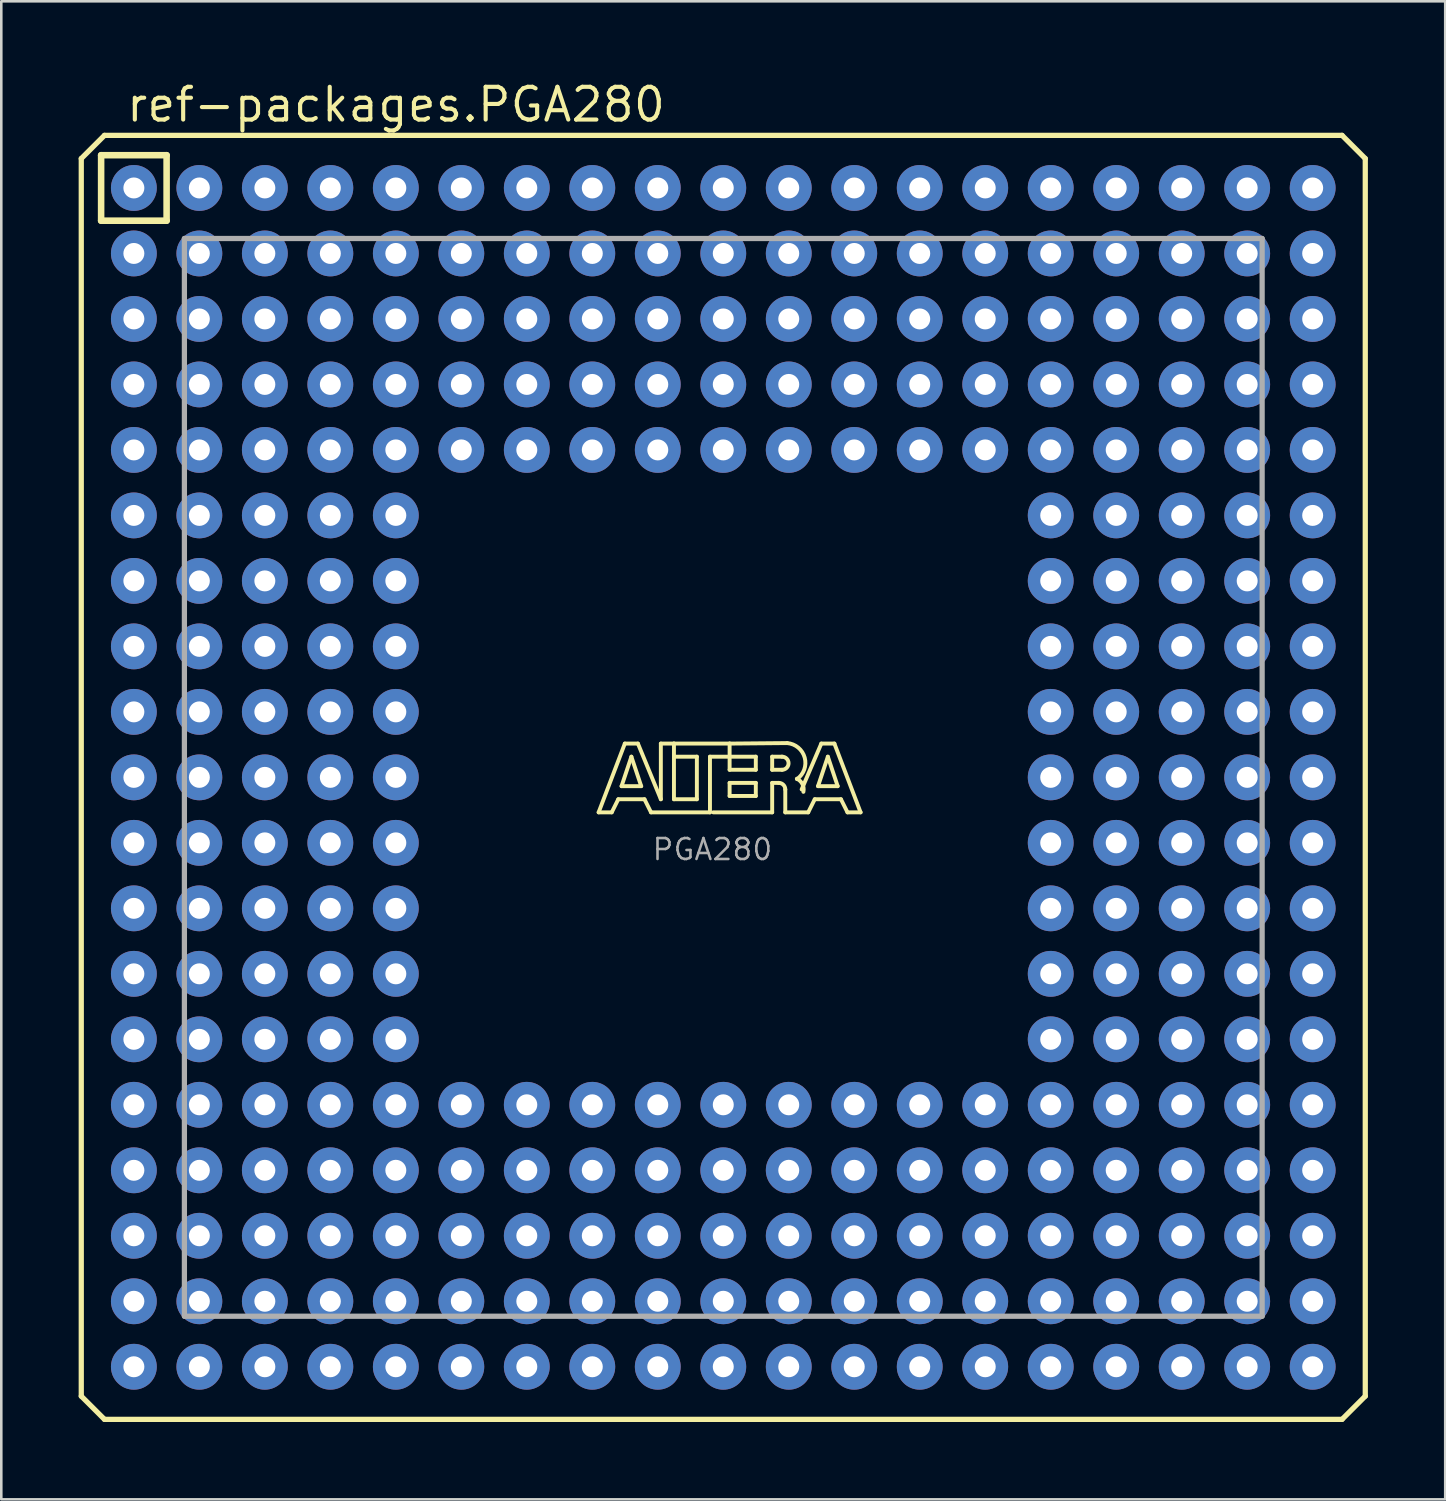
<source format=kicad_pcb>
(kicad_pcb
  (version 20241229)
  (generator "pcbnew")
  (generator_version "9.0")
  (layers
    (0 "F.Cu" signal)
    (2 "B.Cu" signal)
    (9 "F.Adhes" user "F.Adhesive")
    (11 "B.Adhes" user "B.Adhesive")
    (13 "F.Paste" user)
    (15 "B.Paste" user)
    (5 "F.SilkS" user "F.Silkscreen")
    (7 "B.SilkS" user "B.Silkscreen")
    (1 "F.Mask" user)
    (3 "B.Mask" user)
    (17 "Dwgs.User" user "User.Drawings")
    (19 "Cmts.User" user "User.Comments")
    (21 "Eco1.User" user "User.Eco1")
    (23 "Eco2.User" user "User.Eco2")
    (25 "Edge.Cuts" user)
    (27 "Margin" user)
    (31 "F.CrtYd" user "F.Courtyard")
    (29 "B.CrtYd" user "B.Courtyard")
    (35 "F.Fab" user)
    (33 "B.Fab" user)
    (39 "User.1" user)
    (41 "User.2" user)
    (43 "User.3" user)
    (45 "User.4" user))
  (footprint "ref-packages.PGA280"
    (layer "F.Cu")
    (at 25.002 27.1)
    (property "Reference" "ref-packages.PGA280" (at -23.23 -25.35 0) (layer "F.SilkS") (effects (font (size 1.27 1.27) (thickness 0.16)) (justify left bottom)))
    (attr through_hole)
    (fp_line (start -24.9 -24) (end -24 -24.9) (stroke (width 0.203) (type default)) (layer "F.SilkS"))
    (fp_line (start -24.9 24) (end -24.9 -24) (stroke (width 0.203) (type default)) (layer "F.SilkS"))
    (fp_line (start -24.13 -24.13) (end -24.13 -21.59) (stroke (width 0.254) (type default)) (layer "F.SilkS"))
    (fp_line (start -24.13 -21.59) (end -21.59 -21.59) (stroke (width 0.254) (type default)) (layer "F.SilkS"))
    (fp_line (start -24 -24.9) (end 24 -24.9) (stroke (width 0.203) (type default)) (layer "F.SilkS"))
    (fp_line (start -24 24.9) (end -24.9 24) (stroke (width 0.203) (type default)) (layer "F.SilkS"))
    (fp_line (start -21.59 -24.13) (end -24.13 -24.13) (stroke (width 0.254) (type default)) (layer "F.SilkS"))
    (fp_line (start -21.59 -21.59) (end -21.59 -24.13) (stroke (width 0.254) (type default)) (layer "F.SilkS"))
    (fp_line (start -4.834 1.357) (end -3.818 -1.31) (stroke (width 0.152) (type default)) (layer "F.SilkS"))
    (fp_line (start -4.326 1.357) (end -4.834 1.357) (stroke (width 0.152) (type default)) (layer "F.SilkS"))
    (fp_line (start -4.072 0.849) (end -4.326 1.357) (stroke (width 0.152) (type default)) (layer "F.SilkS"))
    (fp_line (start -3.945 0.341) (end -3.183 0.341) (stroke (width 0.152) (type default)) (layer "F.SilkS"))
    (fp_line (start -3.818 -1.31) (end -3.31 -1.31) (stroke (width 0.152) (type default)) (layer "F.SilkS"))
    (fp_line (start -3.564 -0.802) (end -3.945 0.341) (stroke (width 0.152) (type default)) (layer "F.SilkS"))
    (fp_line (start -3.31 -1.31) (end -2.421 0.849) (stroke (width 0.152) (type default)) (layer "F.SilkS"))
    (fp_line (start -3.183 0.341) (end -3.564 -0.802) (stroke (width 0.152) (type default)) (layer "F.SilkS"))
    (fp_line (start -3.056 0.849) (end -4.072 0.849) (stroke (width 0.152) (type default)) (layer "F.SilkS"))
    (fp_line (start -2.802 1.357) (end -3.056 0.849) (stroke (width 0.152) (type default)) (layer "F.SilkS"))
    (fp_line (start -2.421 -1.31) (end -1.913 -1.31) (stroke (width 0.152) (type default)) (layer "F.SilkS"))
    (fp_line (start -2.421 0.849) (end -2.421 -1.31) (stroke (width 0.152) (type default)) (layer "F.SilkS"))
    (fp_line (start -1.913 -1.31) (end -1.913 -0.802) (stroke (width 0.152) (type default)) (layer "F.SilkS"))
    (fp_line (start -1.913 -1.31) (end 0.246 -1.31) (stroke (width 0.152) (type default)) (layer "F.SilkS"))
    (fp_line (start -1.913 -0.802) (end -1.913 0.849) (stroke (width 0.152) (type default)) (layer "F.SilkS"))
    (fp_line (start -1.913 0.849) (end -1.024 0.849) (stroke (width 0.152) (type default)) (layer "F.SilkS"))
    (fp_line (start -1.024 -0.802) (end -1.913 -0.802) (stroke (width 0.152) (type default)) (layer "F.SilkS"))
    (fp_line (start -1.024 0.849) (end -1.024 -0.802) (stroke (width 0.152) (type default)) (layer "F.SilkS"))
    (fp_line (start -0.516 -0.802) (end -0.516 1.357) (stroke (width 0.152) (type default)) (layer "F.SilkS"))
    (fp_line (start -0.516 1.357) (end -2.802 1.357) (stroke (width 0.152) (type default)) (layer "F.SilkS"))
    (fp_line (start 0.246 -1.31) (end 0.246 -0.802) (stroke (width 0.152) (type default)) (layer "F.SilkS"))
    (fp_line (start 0.246 -1.31) (end 2.478 -1.33) (stroke (width 0.152) (type default)) (layer "F.SilkS"))
    (fp_line (start 0.246 -0.802) (end -0.516 -0.802) (stroke (width 0.152) (type default)) (layer "F.SilkS"))
    (fp_line (start 0.246 -0.802) (end 0.246 -0.294) (stroke (width 0.152) (type default)) (layer "F.SilkS"))
    (fp_line (start 0.246 -0.294) (end 1.262 -0.294) (stroke (width 0.152) (type default)) (layer "F.SilkS"))
    (fp_line (start 0.246 0.214) (end 1.262 0.214) (stroke (width 0.152) (type default)) (layer "F.SilkS"))
    (fp_line (start 0.246 0.722) (end 0.246 0.214) (stroke (width 0.152) (type default)) (layer "F.SilkS"))
    (fp_line (start 1.262 -0.802) (end 0.246 -0.802) (stroke (width 0.152) (type default)) (layer "F.SilkS"))
    (fp_line (start 1.262 -0.294) (end 1.262 -0.802) (stroke (width 0.152) (type default)) (layer "F.SilkS"))
    (fp_line (start 1.262 0.214) (end 1.262 0.722) (stroke (width 0.152) (type default)) (layer "F.SilkS"))
    (fp_line (start 1.262 0.722) (end 0.246 0.722) (stroke (width 0.152) (type default)) (layer "F.SilkS"))
    (fp_line (start 1.897 -0.802) (end 1.897 -0.294) (stroke (width 0.152) (type default)) (layer "F.SilkS"))
    (fp_line (start 1.897 -0.294) (end 2.278 -0.294) (stroke (width 0.152) (type default)) (layer "F.SilkS"))
    (fp_line (start 1.897 0.214) (end 1.897 1.357) (stroke (width 0.152) (type default)) (layer "F.SilkS"))
    (fp_line (start 1.897 0.214) (end 2.151 0.214) (stroke (width 0.152) (type default)) (layer "F.SilkS"))
    (fp_line (start 1.897 1.357) (end -0.389 1.357) (stroke (width 0.152) (type default)) (layer "F.SilkS"))
    (fp_line (start 2.278 -0.802) (end 1.897 -0.802) (stroke (width 0.152) (type default)) (layer "F.SilkS"))
    (fp_line (start 2.405 0.468) (end 2.405 1.357) (stroke (width 0.152) (type default)) (layer "F.SilkS"))
    (fp_line (start 2.405 1.357) (end 3.294 1.357) (stroke (width 0.152) (type default)) (layer "F.SilkS"))
    (fp_line (start 3.294 1.357) (end 3.548 0.849) (stroke (width 0.152) (type default)) (layer "F.SilkS"))
    (fp_line (start 3.548 0.849) (end 4.564 0.849) (stroke (width 0.152) (type default)) (layer "F.SilkS"))
    (fp_line (start 3.675 0.341) (end 4.056 -0.802) (stroke (width 0.152) (type default)) (layer "F.SilkS"))
    (fp_line (start 3.802 -1.31) (end 3.04 0.468) (stroke (width 0.152) (type default)) (layer "F.SilkS"))
    (fp_line (start 4.056 -0.802) (end 4.437 0.341) (stroke (width 0.152) (type default)) (layer "F.SilkS"))
    (fp_line (start 4.31 -1.31) (end 3.802 -1.31) (stroke (width 0.152) (type default)) (layer "F.SilkS"))
    (fp_line (start 4.437 0.341) (end 3.675 0.341) (stroke (width 0.152) (type default)) (layer "F.SilkS"))
    (fp_line (start 4.564 0.849) (end 4.818 1.357) (stroke (width 0.152) (type default)) (layer "F.SilkS"))
    (fp_line (start 4.818 1.357) (end 5.326 1.357) (stroke (width 0.152) (type default)) (layer "F.SilkS"))
    (fp_line (start 5.326 1.357) (end 4.31 -1.31) (stroke (width 0.152) (type default)) (layer "F.SilkS"))
    (fp_line (start 24 -24.9) (end 24.9 -24) (stroke (width 0.203) (type default)) (layer "F.SilkS"))
    (fp_line (start 24 24.9) (end -24 24.9) (stroke (width 0.203) (type default)) (layer "F.SilkS"))
    (fp_line (start 24.9 -24) (end 24.9 24) (stroke (width 0.203) (type default)) (layer "F.SilkS"))
    (fp_line (start 24.9 24) (end 24 24.9) (stroke (width 0.203) (type default)) (layer "F.SilkS"))
    (fp_arc (start 2.151 0.214) (mid 2.330605 0.288395) (end 2.405 0.468) (stroke (width 0.1524) (type default)) (layer "F.SilkS"))
    (fp_arc (start 2.278 -0.802) (mid 2.532 -0.548) (end 2.278 -0.294) (stroke (width 0.1524) (type default)) (layer "F.SilkS"))
    (fp_arc (start 2.4785 -1.33) (mid 3.158453 -0.76477) (end 2.8596 0.0674) (stroke (width 0.1524) (type default)) (layer "F.SilkS"))
    (fp_arc (start 2.8543 0.0531) (mid 3.070281 0.262587) (end 3.108 0.5611) (stroke (width 0.1524) (type default)) (layer "F.SilkS"))
    (fp_line (start -20.9 -20.9) (end 20.9 -20.9) (stroke (width 0.203) (type default)) (layer "F.Fab"))
    (fp_line (start -20.9 20.9) (end -20.9 -20.9) (stroke (width 0.203) (type default)) (layer "F.Fab"))
    (fp_line (start 20.9 -20.9) (end 20.9 20.9) (stroke (width 0.203) (type default)) (layer "F.Fab"))
    (fp_line (start 20.9 20.9) (end -20.9 20.9) (stroke (width 0.203) (type default)) (layer "F.Fab"))
    (fp_text user "PGA280" (at -2.81 3.27 0) (layer "F.Fab") (effects (font (size 0.813 0.813) (thickness 0.1)) (justify left bottom)))
    (pad "A1" thru_hole circle (at -22.86 -22.86) (size 1.778 1.778) (drill 0.813) (layers "*.Cu" "*.Mask"))
    (pad "A2" thru_hole circle (at -20.32 -22.86) (size 1.778 1.778) (drill 0.813) (layers "*.Cu" "*.Mask"))
    (pad "A3" thru_hole circle (at -17.78 -22.86) (size 1.778 1.778) (drill 0.813) (layers "*.Cu" "*.Mask"))
    (pad "A4" thru_hole circle (at -15.24 -22.86) (size 1.778 1.778) (drill 0.813) (layers "*.Cu" "*.Mask"))
    (pad "A5" thru_hole circle (at -12.7 -22.86) (size 1.778 1.778) (drill 0.813) (layers "*.Cu" "*.Mask"))
    (pad "A6" thru_hole circle (at -10.16 -22.86) (size 1.778 1.778) (drill 0.813) (layers "*.Cu" "*.Mask"))
    (pad "A7" thru_hole circle (at -7.62 -22.86) (size 1.778 1.778) (drill 0.813) (layers "*.Cu" "*.Mask"))
    (pad "A8" thru_hole circle (at -5.08 -22.86) (size 1.778 1.778) (drill 0.813) (layers "*.Cu" "*.Mask"))
    (pad "A9" thru_hole circle (at -2.54 -22.86) (size 1.778 1.778) (drill 0.813) (layers "*.Cu" "*.Mask"))
    (pad "A10" thru_hole circle (at 0 -22.86) (size 1.778 1.778) (drill 0.813) (layers "*.Cu" "*.Mask"))
    (pad "A11" thru_hole circle (at 2.54 -22.86) (size 1.778 1.778) (drill 0.813) (layers "*.Cu" "*.Mask"))
    (pad "A12" thru_hole circle (at 5.08 -22.86) (size 1.778 1.778) (drill 0.813) (layers "*.Cu" "*.Mask"))
    (pad "A13" thru_hole circle (at 7.62 -22.86) (size 1.778 1.778) (drill 0.813) (layers "*.Cu" "*.Mask"))
    (pad "A14" thru_hole circle (at 10.16 -22.86) (size 1.778 1.778) (drill 0.813) (layers "*.Cu" "*.Mask"))
    (pad "A15" thru_hole circle (at 12.7 -22.86) (size 1.778 1.778) (drill 0.813) (layers "*.Cu" "*.Mask"))
    (pad "A16" thru_hole circle (at 15.24 -22.86) (size 1.778 1.778) (drill 0.813) (layers "*.Cu" "*.Mask"))
    (pad "A17" thru_hole circle (at 17.78 -22.86) (size 1.778 1.778) (drill 0.813) (layers "*.Cu" "*.Mask"))
    (pad "A18" thru_hole circle (at 20.32 -22.86) (size 1.778 1.778) (drill 0.813) (layers "*.Cu" "*.Mask"))
    (pad "A19" thru_hole circle (at 22.86 -22.86) (size 1.778 1.778) (drill 0.813) (layers "*.Cu" "*.Mask"))
    (pad "B1" thru_hole circle (at -22.86 -20.32) (size 1.778 1.778) (drill 0.813) (layers "*.Cu" "*.Mask"))
    (pad "B2" thru_hole circle (at -20.32 -20.32) (size 1.778 1.778) (drill 0.813) (layers "*.Cu" "*.Mask"))
    (pad "B3" thru_hole circle (at -17.78 -20.32) (size 1.778 1.778) (drill 0.813) (layers "*.Cu" "*.Mask"))
    (pad "B4" thru_hole circle (at -15.24 -20.32) (size 1.778 1.778) (drill 0.813) (layers "*.Cu" "*.Mask"))
    (pad "B5" thru_hole circle (at -12.7 -20.32) (size 1.778 1.778) (drill 0.813) (layers "*.Cu" "*.Mask"))
    (pad "B6" thru_hole circle (at -10.16 -20.32) (size 1.778 1.778) (drill 0.813) (layers "*.Cu" "*.Mask"))
    (pad "B7" thru_hole circle (at -7.62 -20.32) (size 1.778 1.778) (drill 0.813) (layers "*.Cu" "*.Mask"))
    (pad "B8" thru_hole circle (at -5.08 -20.32) (size 1.778 1.778) (drill 0.813) (layers "*.Cu" "*.Mask"))
    (pad "B9" thru_hole circle (at -2.54 -20.32) (size 1.778 1.778) (drill 0.813) (layers "*.Cu" "*.Mask"))
    (pad "B10" thru_hole circle (at 0 -20.32) (size 1.778 1.778) (drill 0.813) (layers "*.Cu" "*.Mask"))
    (pad "B11" thru_hole circle (at 2.54 -20.32) (size 1.778 1.778) (drill 0.813) (layers "*.Cu" "*.Mask"))
    (pad "B12" thru_hole circle (at 5.08 -20.32) (size 1.778 1.778) (drill 0.813) (layers "*.Cu" "*.Mask"))
    (pad "B13" thru_hole circle (at 7.62 -20.32) (size 1.778 1.778) (drill 0.813) (layers "*.Cu" "*.Mask"))
    (pad "B14" thru_hole circle (at 10.16 -20.32) (size 1.778 1.778) (drill 0.813) (layers "*.Cu" "*.Mask"))
    (pad "B15" thru_hole circle (at 12.7 -20.32) (size 1.778 1.778) (drill 0.813) (layers "*.Cu" "*.Mask"))
    (pad "B16" thru_hole circle (at 15.24 -20.32) (size 1.778 1.778) (drill 0.813) (layers "*.Cu" "*.Mask"))
    (pad "B17" thru_hole circle (at 17.78 -20.32) (size 1.778 1.778) (drill 0.813) (layers "*.Cu" "*.Mask"))
    (pad "B18" thru_hole circle (at 20.32 -20.32) (size 1.778 1.778) (drill 0.813) (layers "*.Cu" "*.Mask"))
    (pad "B19" thru_hole circle (at 22.86 -20.32) (size 1.778 1.778) (drill 0.813) (layers "*.Cu" "*.Mask"))
    (pad "C1" thru_hole circle (at -22.86 -17.78) (size 1.778 1.778) (drill 0.813) (layers "*.Cu" "*.Mask"))
    (pad "C2" thru_hole circle (at -20.32 -17.78) (size 1.778 1.778) (drill 0.813) (layers "*.Cu" "*.Mask"))
    (pad "C3" thru_hole circle (at -17.78 -17.78) (size 1.778 1.778) (drill 0.813) (layers "*.Cu" "*.Mask"))
    (pad "C4" thru_hole circle (at -15.24 -17.78) (size 1.778 1.778) (drill 0.813) (layers "*.Cu" "*.Mask"))
    (pad "C5" thru_hole circle (at -12.7 -17.78) (size 1.778 1.778) (drill 0.813) (layers "*.Cu" "*.Mask"))
    (pad "C6" thru_hole circle (at -10.16 -17.78) (size 1.778 1.778) (drill 0.813) (layers "*.Cu" "*.Mask"))
    (pad "C7" thru_hole circle (at -7.62 -17.78) (size 1.778 1.778) (drill 0.813) (layers "*.Cu" "*.Mask"))
    (pad "C8" thru_hole circle (at -5.08 -17.78) (size 1.778 1.778) (drill 0.813) (layers "*.Cu" "*.Mask"))
    (pad "C9" thru_hole circle (at -2.54 -17.78) (size 1.778 1.778) (drill 0.813) (layers "*.Cu" "*.Mask"))
    (pad "C10" thru_hole circle (at 0 -17.78) (size 1.778 1.778) (drill 0.813) (layers "*.Cu" "*.Mask"))
    (pad "C11" thru_hole circle (at 2.54 -17.78) (size 1.778 1.778) (drill 0.813) (layers "*.Cu" "*.Mask"))
    (pad "C12" thru_hole circle (at 5.08 -17.78) (size 1.778 1.778) (drill 0.813) (layers "*.Cu" "*.Mask"))
    (pad "C13" thru_hole circle (at 7.62 -17.78) (size 1.778 1.778) (drill 0.813) (layers "*.Cu" "*.Mask"))
    (pad "C14" thru_hole circle (at 10.16 -17.78) (size 1.778 1.778) (drill 0.813) (layers "*.Cu" "*.Mask"))
    (pad "C15" thru_hole circle (at 12.7 -17.78) (size 1.778 1.778) (drill 0.813) (layers "*.Cu" "*.Mask"))
    (pad "C16" thru_hole circle (at 15.24 -17.78) (size 1.778 1.778) (drill 0.813) (layers "*.Cu" "*.Mask"))
    (pad "C17" thru_hole circle (at 17.78 -17.78) (size 1.778 1.778) (drill 0.813) (layers "*.Cu" "*.Mask"))
    (pad "C18" thru_hole circle (at 20.32 -17.78) (size 1.778 1.778) (drill 0.813) (layers "*.Cu" "*.Mask"))
    (pad "C19" thru_hole circle (at 22.86 -17.78) (size 1.778 1.778) (drill 0.813) (layers "*.Cu" "*.Mask"))
    (pad "D1" thru_hole circle (at -22.86 -15.24) (size 1.778 1.778) (drill 0.813) (layers "*.Cu" "*.Mask"))
    (pad "D2" thru_hole circle (at -20.32 -15.24) (size 1.778 1.778) (drill 0.813) (layers "*.Cu" "*.Mask"))
    (pad "D3" thru_hole circle (at -17.78 -15.24) (size 1.778 1.778) (drill 0.813) (layers "*.Cu" "*.Mask"))
    (pad "D4" thru_hole circle (at -15.24 -15.24) (size 1.778 1.778) (drill 0.813) (layers "*.Cu" "*.Mask"))
    (pad "D5" thru_hole circle (at -12.7 -15.24) (size 1.778 1.778) (drill 0.813) (layers "*.Cu" "*.Mask"))
    (pad "D6" thru_hole circle (at -10.16 -15.24) (size 1.778 1.778) (drill 0.813) (layers "*.Cu" "*.Mask"))
    (pad "D7" thru_hole circle (at -7.62 -15.24) (size 1.778 1.778) (drill 0.813) (layers "*.Cu" "*.Mask"))
    (pad "D8" thru_hole circle (at -5.08 -15.24) (size 1.778 1.778) (drill 0.813) (layers "*.Cu" "*.Mask"))
    (pad "D9" thru_hole circle (at -2.54 -15.24) (size 1.778 1.778) (drill 0.813) (layers "*.Cu" "*.Mask"))
    (pad "D10" thru_hole circle (at 0 -15.24) (size 1.778 1.778) (drill 0.813) (layers "*.Cu" "*.Mask"))
    (pad "D11" thru_hole circle (at 2.54 -15.24) (size 1.778 1.778) (drill 0.813) (layers "*.Cu" "*.Mask"))
    (pad "D12" thru_hole circle (at 5.08 -15.24) (size 1.778 1.778) (drill 0.813) (layers "*.Cu" "*.Mask"))
    (pad "D13" thru_hole circle (at 7.62 -15.24) (size 1.778 1.778) (drill 0.813) (layers "*.Cu" "*.Mask"))
    (pad "D14" thru_hole circle (at 10.16 -15.24) (size 1.778 1.778) (drill 0.813) (layers "*.Cu" "*.Mask"))
    (pad "D15" thru_hole circle (at 12.7 -15.24) (size 1.778 1.778) (drill 0.813) (layers "*.Cu" "*.Mask"))
    (pad "D16" thru_hole circle (at 15.24 -15.24) (size 1.778 1.778) (drill 0.813) (layers "*.Cu" "*.Mask"))
    (pad "D17" thru_hole circle (at 17.78 -15.24) (size 1.778 1.778) (drill 0.813) (layers "*.Cu" "*.Mask"))
    (pad "D18" thru_hole circle (at 20.32 -15.24) (size 1.778 1.778) (drill 0.813) (layers "*.Cu" "*.Mask"))
    (pad "D19" thru_hole circle (at 22.86 -15.24) (size 1.778 1.778) (drill 0.813) (layers "*.Cu" "*.Mask"))
    (pad "E1" thru_hole circle (at -22.86 -12.7) (size 1.778 1.778) (drill 0.813) (layers "*.Cu" "*.Mask"))
    (pad "E2" thru_hole circle (at -20.32 -12.7) (size 1.778 1.778) (drill 0.813) (layers "*.Cu" "*.Mask"))
    (pad "E3" thru_hole circle (at -17.78 -12.7) (size 1.778 1.778) (drill 0.813) (layers "*.Cu" "*.Mask"))
    (pad "E4" thru_hole circle (at -15.24 -12.7) (size 1.778 1.778) (drill 0.813) (layers "*.Cu" "*.Mask"))
    (pad "E5" thru_hole circle (at -12.7 -12.7) (size 1.778 1.778) (drill 0.813) (layers "*.Cu" "*.Mask"))
    (pad "E6" thru_hole circle (at -10.16 -12.7) (size 1.778 1.778) (drill 0.813) (layers "*.Cu" "*.Mask"))
    (pad "E7" thru_hole circle (at -7.62 -12.7) (size 1.778 1.778) (drill 0.813) (layers "*.Cu" "*.Mask"))
    (pad "E8" thru_hole circle (at -5.08 -12.7) (size 1.778 1.778) (drill 0.813) (layers "*.Cu" "*.Mask"))
    (pad "E9" thru_hole circle (at -2.54 -12.7) (size 1.778 1.778) (drill 0.813) (layers "*.Cu" "*.Mask"))
    (pad "E10" thru_hole circle (at 0 -12.7) (size 1.778 1.778) (drill 0.813) (layers "*.Cu" "*.Mask"))
    (pad "E11" thru_hole circle (at 2.54 -12.7) (size 1.778 1.778) (drill 0.813) (layers "*.Cu" "*.Mask"))
    (pad "E12" thru_hole circle (at 5.08 -12.7) (size 1.778 1.778) (drill 0.813) (layers "*.Cu" "*.Mask"))
    (pad "E13" thru_hole circle (at 7.62 -12.7) (size 1.778 1.778) (drill 0.813) (layers "*.Cu" "*.Mask"))
    (pad "E14" thru_hole circle (at 10.16 -12.7) (size 1.778 1.778) (drill 0.813) (layers "*.Cu" "*.Mask"))
    (pad "E15" thru_hole circle (at 12.7 -12.7) (size 1.778 1.778) (drill 0.813) (layers "*.Cu" "*.Mask"))
    (pad "E16" thru_hole circle (at 15.24 -12.7) (size 1.778 1.778) (drill 0.813) (layers "*.Cu" "*.Mask"))
    (pad "E17" thru_hole circle (at 17.78 -12.7) (size 1.778 1.778) (drill 0.813) (layers "*.Cu" "*.Mask"))
    (pad "E18" thru_hole circle (at 20.32 -12.7) (size 1.778 1.778) (drill 0.813) (layers "*.Cu" "*.Mask"))
    (pad "E19" thru_hole circle (at 22.86 -12.7) (size 1.778 1.778) (drill 0.813) (layers "*.Cu" "*.Mask"))
    (pad "F1" thru_hole circle (at -22.86 -10.16) (size 1.778 1.778) (drill 0.813) (layers "*.Cu" "*.Mask"))
    (pad "F2" thru_hole circle (at -20.32 -10.16) (size 1.778 1.778) (drill 0.813) (layers "*.Cu" "*.Mask"))
    (pad "F3" thru_hole circle (at -17.78 -10.16) (size 1.778 1.778) (drill 0.813) (layers "*.Cu" "*.Mask"))
    (pad "F4" thru_hole circle (at -15.24 -10.16) (size 1.778 1.778) (drill 0.813) (layers "*.Cu" "*.Mask"))
    (pad "F5" thru_hole circle (at -12.7 -10.16) (size 1.778 1.778) (drill 0.813) (layers "*.Cu" "*.Mask"))
    (pad "F15" thru_hole circle (at 12.7 -10.16) (size 1.778 1.778) (drill 0.813) (layers "*.Cu" "*.Mask"))
    (pad "F16" thru_hole circle (at 15.24 -10.16) (size 1.778 1.778) (drill 0.813) (layers "*.Cu" "*.Mask"))
    (pad "F17" thru_hole circle (at 17.78 -10.16) (size 1.778 1.778) (drill 0.813) (layers "*.Cu" "*.Mask"))
    (pad "F18" thru_hole circle (at 20.32 -10.16) (size 1.778 1.778) (drill 0.813) (layers "*.Cu" "*.Mask"))
    (pad "F19" thru_hole circle (at 22.86 -10.16) (size 1.778 1.778) (drill 0.813) (layers "*.Cu" "*.Mask"))
    (pad "G1" thru_hole circle (at -22.86 -7.62) (size 1.778 1.778) (drill 0.813) (layers "*.Cu" "*.Mask"))
    (pad "G2" thru_hole circle (at -20.32 -7.62) (size 1.778 1.778) (drill 0.813) (layers "*.Cu" "*.Mask"))
    (pad "G3" thru_hole circle (at -17.78 -7.62) (size 1.778 1.778) (drill 0.813) (layers "*.Cu" "*.Mask"))
    (pad "G4" thru_hole circle (at -15.24 -7.62) (size 1.778 1.778) (drill 0.813) (layers "*.Cu" "*.Mask"))
    (pad "G5" thru_hole circle (at -12.7 -7.62) (size 1.778 1.778) (drill 0.813) (layers "*.Cu" "*.Mask"))
    (pad "G15" thru_hole circle (at 12.7 -7.62) (size 1.778 1.778) (drill 0.813) (layers "*.Cu" "*.Mask"))
    (pad "G16" thru_hole circle (at 15.24 -7.62) (size 1.778 1.778) (drill 0.813) (layers "*.Cu" "*.Mask"))
    (pad "G17" thru_hole circle (at 17.78 -7.62) (size 1.778 1.778) (drill 0.813) (layers "*.Cu" "*.Mask"))
    (pad "G18" thru_hole circle (at 20.32 -7.62) (size 1.778 1.778) (drill 0.813) (layers "*.Cu" "*.Mask"))
    (pad "G19" thru_hole circle (at 22.86 -7.62) (size 1.778 1.778) (drill 0.813) (layers "*.Cu" "*.Mask"))
    (pad "H1" thru_hole circle (at -22.86 -5.08) (size 1.778 1.778) (drill 0.813) (layers "*.Cu" "*.Mask"))
    (pad "H2" thru_hole circle (at -20.32 -5.08) (size 1.778 1.778) (drill 0.813) (layers "*.Cu" "*.Mask"))
    (pad "H3" thru_hole circle (at -17.78 -5.08) (size 1.778 1.778) (drill 0.813) (layers "*.Cu" "*.Mask"))
    (pad "H4" thru_hole circle (at -15.24 -5.08) (size 1.778 1.778) (drill 0.813) (layers "*.Cu" "*.Mask"))
    (pad "H5" thru_hole circle (at -12.7 -5.08) (size 1.778 1.778) (drill 0.813) (layers "*.Cu" "*.Mask"))
    (pad "H15" thru_hole circle (at 12.7 -5.08) (size 1.778 1.778) (drill 0.813) (layers "*.Cu" "*.Mask"))
    (pad "H16" thru_hole circle (at 15.24 -5.08) (size 1.778 1.778) (drill 0.813) (layers "*.Cu" "*.Mask"))
    (pad "H17" thru_hole circle (at 17.78 -5.08) (size 1.778 1.778) (drill 0.813) (layers "*.Cu" "*.Mask"))
    (pad "H18" thru_hole circle (at 20.32 -5.08) (size 1.778 1.778) (drill 0.813) (layers "*.Cu" "*.Mask"))
    (pad "H19" thru_hole circle (at 22.86 -5.08) (size 1.778 1.778) (drill 0.813) (layers "*.Cu" "*.Mask"))
    (pad "J1" thru_hole circle (at -22.86 -2.54) (size 1.778 1.778) (drill 0.813) (layers "*.Cu" "*.Mask"))
    (pad "J2" thru_hole circle (at -20.32 -2.54) (size 1.778 1.778) (drill 0.813) (layers "*.Cu" "*.Mask"))
    (pad "J3" thru_hole circle (at -17.78 -2.54) (size 1.778 1.778) (drill 0.813) (layers "*.Cu" "*.Mask"))
    (pad "J4" thru_hole circle (at -15.24 -2.54) (size 1.778 1.778) (drill 0.813) (layers "*.Cu" "*.Mask"))
    (pad "J5" thru_hole circle (at -12.7 -2.54) (size 1.778 1.778) (drill 0.813) (layers "*.Cu" "*.Mask"))
    (pad "J15" thru_hole circle (at 12.7 -2.54) (size 1.778 1.778) (drill 0.813) (layers "*.Cu" "*.Mask"))
    (pad "J16" thru_hole circle (at 15.24 -2.54) (size 1.778 1.778) (drill 0.813) (layers "*.Cu" "*.Mask"))
    (pad "J17" thru_hole circle (at 17.78 -2.54) (size 1.778 1.778) (drill 0.813) (layers "*.Cu" "*.Mask"))
    (pad "J18" thru_hole circle (at 20.32 -2.54) (size 1.778 1.778) (drill 0.813) (layers "*.Cu" "*.Mask"))
    (pad "J19" thru_hole circle (at 22.86 -2.54) (size 1.778 1.778) (drill 0.813) (layers "*.Cu" "*.Mask"))
    (pad "K1" thru_hole circle (at -22.86 0) (size 1.778 1.778) (drill 0.813) (layers "*.Cu" "*.Mask"))
    (pad "K2" thru_hole circle (at -20.32 0) (size 1.778 1.778) (drill 0.813) (layers "*.Cu" "*.Mask"))
    (pad "K3" thru_hole circle (at -17.78 0) (size 1.778 1.778) (drill 0.813) (layers "*.Cu" "*.Mask"))
    (pad "K4" thru_hole circle (at -15.24 0) (size 1.778 1.778) (drill 0.813) (layers "*.Cu" "*.Mask"))
    (pad "K5" thru_hole circle (at -12.7 0) (size 1.778 1.778) (drill 0.813) (layers "*.Cu" "*.Mask"))
    (pad "K15" thru_hole circle (at 12.7 0) (size 1.778 1.778) (drill 0.813) (layers "*.Cu" "*.Mask"))
    (pad "K16" thru_hole circle (at 15.24 0) (size 1.778 1.778) (drill 0.813) (layers "*.Cu" "*.Mask"))
    (pad "K17" thru_hole circle (at 17.78 0) (size 1.778 1.778) (drill 0.813) (layers "*.Cu" "*.Mask"))
    (pad "K18" thru_hole circle (at 20.32 0) (size 1.778 1.778) (drill 0.813) (layers "*.Cu" "*.Mask"))
    (pad "K19" thru_hole circle (at 22.86 0) (size 1.778 1.778) (drill 0.813) (layers "*.Cu" "*.Mask"))
    (pad "L1" thru_hole circle (at -22.86 2.54) (size 1.778 1.778) (drill 0.813) (layers "*.Cu" "*.Mask"))
    (pad "L2" thru_hole circle (at -20.32 2.54) (size 1.778 1.778) (drill 0.813) (layers "*.Cu" "*.Mask"))
    (pad "L3" thru_hole circle (at -17.78 2.54) (size 1.778 1.778) (drill 0.813) (layers "*.Cu" "*.Mask"))
    (pad "L4" thru_hole circle (at -15.24 2.54) (size 1.778 1.778) (drill 0.813) (layers "*.Cu" "*.Mask"))
    (pad "L5" thru_hole circle (at -12.7 2.54) (size 1.778 1.778) (drill 0.813) (layers "*.Cu" "*.Mask"))
    (pad "L15" thru_hole circle (at 12.7 2.54) (size 1.778 1.778) (drill 0.813) (layers "*.Cu" "*.Mask"))
    (pad "L16" thru_hole circle (at 15.24 2.54) (size 1.778 1.778) (drill 0.813) (layers "*.Cu" "*.Mask"))
    (pad "L17" thru_hole circle (at 17.78 2.54) (size 1.778 1.778) (drill 0.813) (layers "*.Cu" "*.Mask"))
    (pad "L18" thru_hole circle (at 20.32 2.54) (size 1.778 1.778) (drill 0.813) (layers "*.Cu" "*.Mask"))
    (pad "L19" thru_hole circle (at 22.86 2.54) (size 1.778 1.778) (drill 0.813) (layers "*.Cu" "*.Mask"))
    (pad "M1" thru_hole circle (at -22.86 5.08) (size 1.778 1.778) (drill 0.813) (layers "*.Cu" "*.Mask"))
    (pad "M2" thru_hole circle (at -20.32 5.08) (size 1.778 1.778) (drill 0.813) (layers "*.Cu" "*.Mask"))
    (pad "M3" thru_hole circle (at -17.78 5.08) (size 1.778 1.778) (drill 0.813) (layers "*.Cu" "*.Mask"))
    (pad "M4" thru_hole circle (at -15.24 5.08) (size 1.778 1.778) (drill 0.813) (layers "*.Cu" "*.Mask"))
    (pad "M5" thru_hole circle (at -12.7 5.08) (size 1.778 1.778) (drill 0.813) (layers "*.Cu" "*.Mask"))
    (pad "M15" thru_hole circle (at 12.7 5.08) (size 1.778 1.778) (drill 0.813) (layers "*.Cu" "*.Mask"))
    (pad "M16" thru_hole circle (at 15.24 5.08) (size 1.778 1.778) (drill 0.813) (layers "*.Cu" "*.Mask"))
    (pad "M17" thru_hole circle (at 17.78 5.08) (size 1.778 1.778) (drill 0.813) (layers "*.Cu" "*.Mask"))
    (pad "M18" thru_hole circle (at 20.32 5.08) (size 1.778 1.778) (drill 0.813) (layers "*.Cu" "*.Mask"))
    (pad "M19" thru_hole circle (at 22.86 5.08) (size 1.778 1.778) (drill 0.813) (layers "*.Cu" "*.Mask"))
    (pad "N1" thru_hole circle (at -22.86 7.62) (size 1.778 1.778) (drill 0.813) (layers "*.Cu" "*.Mask"))
    (pad "N2" thru_hole circle (at -20.32 7.62) (size 1.778 1.778) (drill 0.813) (layers "*.Cu" "*.Mask"))
    (pad "N3" thru_hole circle (at -17.78 7.62) (size 1.778 1.778) (drill 0.813) (layers "*.Cu" "*.Mask"))
    (pad "N4" thru_hole circle (at -15.24 7.62) (size 1.778 1.778) (drill 0.813) (layers "*.Cu" "*.Mask"))
    (pad "N5" thru_hole circle (at -12.7 7.62) (size 1.778 1.778) (drill 0.813) (layers "*.Cu" "*.Mask"))
    (pad "N15" thru_hole circle (at 12.7 7.62) (size 1.778 1.778) (drill 0.813) (layers "*.Cu" "*.Mask"))
    (pad "N16" thru_hole circle (at 15.24 7.62) (size 1.778 1.778) (drill 0.813) (layers "*.Cu" "*.Mask"))
    (pad "N17" thru_hole circle (at 17.78 7.62) (size 1.778 1.778) (drill 0.813) (layers "*.Cu" "*.Mask"))
    (pad "N18" thru_hole circle (at 20.32 7.62) (size 1.778 1.778) (drill 0.813) (layers "*.Cu" "*.Mask"))
    (pad "N19" thru_hole circle (at 22.86 7.62) (size 1.778 1.778) (drill 0.813) (layers "*.Cu" "*.Mask"))
    (pad "P1" thru_hole circle (at -22.86 10.16) (size 1.778 1.778) (drill 0.813) (layers "*.Cu" "*.Mask"))
    (pad "P2" thru_hole circle (at -20.32 10.16) (size 1.778 1.778) (drill 0.813) (layers "*.Cu" "*.Mask"))
    (pad "P3" thru_hole circle (at -17.78 10.16) (size 1.778 1.778) (drill 0.813) (layers "*.Cu" "*.Mask"))
    (pad "P4" thru_hole circle (at -15.24 10.16) (size 1.778 1.778) (drill 0.813) (layers "*.Cu" "*.Mask"))
    (pad "P5" thru_hole circle (at -12.7 10.16) (size 1.778 1.778) (drill 0.813) (layers "*.Cu" "*.Mask"))
    (pad "P15" thru_hole circle (at 12.7 10.16) (size 1.778 1.778) (drill 0.813) (layers "*.Cu" "*.Mask"))
    (pad "P16" thru_hole circle (at 15.24 10.16) (size 1.778 1.778) (drill 0.813) (layers "*.Cu" "*.Mask"))
    (pad "P17" thru_hole circle (at 17.78 10.16) (size 1.778 1.778) (drill 0.813) (layers "*.Cu" "*.Mask"))
    (pad "P18" thru_hole circle (at 20.32 10.16) (size 1.778 1.778) (drill 0.813) (layers "*.Cu" "*.Mask"))
    (pad "P19" thru_hole circle (at 22.86 10.16) (size 1.778 1.778) (drill 0.813) (layers "*.Cu" "*.Mask"))
    (pad "R1" thru_hole circle (at -22.86 12.7) (size 1.778 1.778) (drill 0.813) (layers "*.Cu" "*.Mask"))
    (pad "R2" thru_hole circle (at -20.32 12.7) (size 1.778 1.778) (drill 0.813) (layers "*.Cu" "*.Mask"))
    (pad "R3" thru_hole circle (at -17.78 12.7) (size 1.778 1.778) (drill 0.813) (layers "*.Cu" "*.Mask"))
    (pad "R4" thru_hole circle (at -15.24 12.7) (size 1.778 1.778) (drill 0.813) (layers "*.Cu" "*.Mask"))
    (pad "R5" thru_hole circle (at -12.7 12.7) (size 1.778 1.778) (drill 0.813) (layers "*.Cu" "*.Mask"))
    (pad "R6" thru_hole circle (at -10.16 12.7) (size 1.778 1.778) (drill 0.813) (layers "*.Cu" "*.Mask"))
    (pad "R7" thru_hole circle (at -7.62 12.7) (size 1.778 1.778) (drill 0.813) (layers "*.Cu" "*.Mask"))
    (pad "R8" thru_hole circle (at -5.08 12.7) (size 1.778 1.778) (drill 0.813) (layers "*.Cu" "*.Mask"))
    (pad "R9" thru_hole circle (at -2.54 12.7) (size 1.778 1.778) (drill 0.813) (layers "*.Cu" "*.Mask"))
    (pad "R10" thru_hole circle (at 0 12.7) (size 1.778 1.778) (drill 0.813) (layers "*.Cu" "*.Mask"))
    (pad "R11" thru_hole circle (at 2.54 12.7) (size 1.778 1.778) (drill 0.813) (layers "*.Cu" "*.Mask"))
    (pad "R12" thru_hole circle (at 5.08 12.7) (size 1.778 1.778) (drill 0.813) (layers "*.Cu" "*.Mask"))
    (pad "R13" thru_hole circle (at 7.62 12.7) (size 1.778 1.778) (drill 0.813) (layers "*.Cu" "*.Mask"))
    (pad "R14" thru_hole circle (at 10.16 12.7) (size 1.778 1.778) (drill 0.813) (layers "*.Cu" "*.Mask"))
    (pad "R15" thru_hole circle (at 12.7 12.7) (size 1.778 1.778) (drill 0.813) (layers "*.Cu" "*.Mask"))
    (pad "R16" thru_hole circle (at 15.24 12.7) (size 1.778 1.778) (drill 0.813) (layers "*.Cu" "*.Mask"))
    (pad "R17" thru_hole circle (at 17.78 12.7) (size 1.778 1.778) (drill 0.813) (layers "*.Cu" "*.Mask"))
    (pad "R18" thru_hole circle (at 20.32 12.7) (size 1.778 1.778) (drill 0.813) (layers "*.Cu" "*.Mask"))
    (pad "R19" thru_hole circle (at 22.86 12.7) (size 1.778 1.778) (drill 0.813) (layers "*.Cu" "*.Mask"))
    (pad "T1" thru_hole circle (at -22.86 15.24) (size 1.778 1.778) (drill 0.813) (layers "*.Cu" "*.Mask"))
    (pad "T2" thru_hole circle (at -20.32 15.24) (size 1.778 1.778) (drill 0.813) (layers "*.Cu" "*.Mask"))
    (pad "T3" thru_hole circle (at -17.78 15.24) (size 1.778 1.778) (drill 0.813) (layers "*.Cu" "*.Mask"))
    (pad "T4" thru_hole circle (at -15.24 15.24) (size 1.778 1.778) (drill 0.813) (layers "*.Cu" "*.Mask"))
    (pad "T5" thru_hole circle (at -12.7 15.24) (size 1.778 1.778) (drill 0.813) (layers "*.Cu" "*.Mask"))
    (pad "T6" thru_hole circle (at -10.16 15.24) (size 1.778 1.778) (drill 0.813) (layers "*.Cu" "*.Mask"))
    (pad "T7" thru_hole circle (at -7.62 15.24) (size 1.778 1.778) (drill 0.813) (layers "*.Cu" "*.Mask"))
    (pad "T8" thru_hole circle (at -5.08 15.24) (size 1.778 1.778) (drill 0.813) (layers "*.Cu" "*.Mask"))
    (pad "T9" thru_hole circle (at -2.54 15.24) (size 1.778 1.778) (drill 0.813) (layers "*.Cu" "*.Mask"))
    (pad "T10" thru_hole circle (at 0 15.24) (size 1.778 1.778) (drill 0.813) (layers "*.Cu" "*.Mask"))
    (pad "T11" thru_hole circle (at 2.54 15.24) (size 1.778 1.778) (drill 0.813) (layers "*.Cu" "*.Mask"))
    (pad "T12" thru_hole circle (at 5.08 15.24) (size 1.778 1.778) (drill 0.813) (layers "*.Cu" "*.Mask"))
    (pad "T13" thru_hole circle (at 7.62 15.24) (size 1.778 1.778) (drill 0.813) (layers "*.Cu" "*.Mask"))
    (pad "T14" thru_hole circle (at 10.16 15.24) (size 1.778 1.778) (drill 0.813) (layers "*.Cu" "*.Mask"))
    (pad "T15" thru_hole circle (at 12.7 15.24) (size 1.778 1.778) (drill 0.813) (layers "*.Cu" "*.Mask"))
    (pad "T16" thru_hole circle (at 15.24 15.24) (size 1.778 1.778) (drill 0.813) (layers "*.Cu" "*.Mask"))
    (pad "T17" thru_hole circle (at 17.78 15.24) (size 1.778 1.778) (drill 0.813) (layers "*.Cu" "*.Mask"))
    (pad "T18" thru_hole circle (at 20.32 15.24) (size 1.778 1.778) (drill 0.813) (layers "*.Cu" "*.Mask"))
    (pad "T19" thru_hole circle (at 22.86 15.24) (size 1.778 1.778) (drill 0.813) (layers "*.Cu" "*.Mask"))
    (pad "U1" thru_hole circle (at -22.86 17.78) (size 1.778 1.778) (drill 0.813) (layers "*.Cu" "*.Mask"))
    (pad "U2" thru_hole circle (at -20.32 17.78) (size 1.778 1.778) (drill 0.813) (layers "*.Cu" "*.Mask"))
    (pad "U3" thru_hole circle (at -17.78 17.78) (size 1.778 1.778) (drill 0.813) (layers "*.Cu" "*.Mask"))
    (pad "U4" thru_hole circle (at -15.24 17.78) (size 1.778 1.778) (drill 0.813) (layers "*.Cu" "*.Mask"))
    (pad "U5" thru_hole circle (at -12.7 17.78) (size 1.778 1.778) (drill 0.813) (layers "*.Cu" "*.Mask"))
    (pad "U6" thru_hole circle (at -10.16 17.78) (size 1.778 1.778) (drill 0.813) (layers "*.Cu" "*.Mask"))
    (pad "U7" thru_hole circle (at -7.62 17.78) (size 1.778 1.778) (drill 0.813) (layers "*.Cu" "*.Mask"))
    (pad "U8" thru_hole circle (at -5.08 17.78) (size 1.778 1.778) (drill 0.813) (layers "*.Cu" "*.Mask"))
    (pad "U9" thru_hole circle (at -2.54 17.78) (size 1.778 1.778) (drill 0.813) (layers "*.Cu" "*.Mask"))
    (pad "U10" thru_hole circle (at 0 17.78) (size 1.778 1.778) (drill 0.813) (layers "*.Cu" "*.Mask"))
    (pad "U11" thru_hole circle (at 2.54 17.78) (size 1.778 1.778) (drill 0.813) (layers "*.Cu" "*.Mask"))
    (pad "U12" thru_hole circle (at 5.08 17.78) (size 1.778 1.778) (drill 0.813) (layers "*.Cu" "*.Mask"))
    (pad "U13" thru_hole circle (at 7.62 17.78) (size 1.778 1.778) (drill 0.813) (layers "*.Cu" "*.Mask"))
    (pad "U14" thru_hole circle (at 10.16 17.78) (size 1.778 1.778) (drill 0.813) (layers "*.Cu" "*.Mask"))
    (pad "U15" thru_hole circle (at 12.7 17.78) (size 1.778 1.778) (drill 0.813) (layers "*.Cu" "*.Mask"))
    (pad "U16" thru_hole circle (at 15.24 17.78) (size 1.778 1.778) (drill 0.813) (layers "*.Cu" "*.Mask"))
    (pad "U17" thru_hole circle (at 17.78 17.78) (size 1.778 1.778) (drill 0.813) (layers "*.Cu" "*.Mask"))
    (pad "U18" thru_hole circle (at 20.32 17.78) (size 1.778 1.778) (drill 0.813) (layers "*.Cu" "*.Mask"))
    (pad "U19" thru_hole circle (at 22.86 17.78) (size 1.778 1.778) (drill 0.813) (layers "*.Cu" "*.Mask"))
    (pad "V1" thru_hole circle (at -22.86 20.32) (size 1.778 1.778) (drill 0.813) (layers "*.Cu" "*.Mask"))
    (pad "V2" thru_hole circle (at -20.32 20.32) (size 1.778 1.778) (drill 0.813) (layers "*.Cu" "*.Mask"))
    (pad "V3" thru_hole circle (at -17.78 20.32) (size 1.778 1.778) (drill 0.813) (layers "*.Cu" "*.Mask"))
    (pad "V4" thru_hole circle (at -15.24 20.32) (size 1.778 1.778) (drill 0.813) (layers "*.Cu" "*.Mask"))
    (pad "V5" thru_hole circle (at -12.7 20.32) (size 1.778 1.778) (drill 0.813) (layers "*.Cu" "*.Mask"))
    (pad "V6" thru_hole circle (at -10.16 20.32) (size 1.778 1.778) (drill 0.813) (layers "*.Cu" "*.Mask"))
    (pad "V7" thru_hole circle (at -7.62 20.32) (size 1.778 1.778) (drill 0.813) (layers "*.Cu" "*.Mask"))
    (pad "V8" thru_hole circle (at -5.08 20.32) (size 1.778 1.778) (drill 0.813) (layers "*.Cu" "*.Mask"))
    (pad "V9" thru_hole circle (at -2.54 20.32) (size 1.778 1.778) (drill 0.813) (layers "*.Cu" "*.Mask"))
    (pad "V10" thru_hole circle (at 0 20.32) (size 1.778 1.778) (drill 0.813) (layers "*.Cu" "*.Mask"))
    (pad "V11" thru_hole circle (at 2.54 20.32) (size 1.778 1.778) (drill 0.813) (layers "*.Cu" "*.Mask"))
    (pad "V12" thru_hole circle (at 5.08 20.32) (size 1.778 1.778) (drill 0.813) (layers "*.Cu" "*.Mask"))
    (pad "V13" thru_hole circle (at 7.62 20.32) (size 1.778 1.778) (drill 0.813) (layers "*.Cu" "*.Mask"))
    (pad "V14" thru_hole circle (at 10.16 20.32) (size 1.778 1.778) (drill 0.813) (layers "*.Cu" "*.Mask"))
    (pad "V15" thru_hole circle (at 12.7 20.32) (size 1.778 1.778) (drill 0.813) (layers "*.Cu" "*.Mask"))
    (pad "V16" thru_hole circle (at 15.24 20.32) (size 1.778 1.778) (drill 0.813) (layers "*.Cu" "*.Mask"))
    (pad "V17" thru_hole circle (at 17.78 20.32) (size 1.778 1.778) (drill 0.813) (layers "*.Cu" "*.Mask"))
    (pad "V18" thru_hole circle (at 20.32 20.32) (size 1.778 1.778) (drill 0.813) (layers "*.Cu" "*.Mask"))
    (pad "V19" thru_hole circle (at 22.86 20.32) (size 1.778 1.778) (drill 0.813) (layers "*.Cu" "*.Mask"))
    (pad "W1" thru_hole circle (at -22.86 22.86) (size 1.778 1.778) (drill 0.813) (layers "*.Cu" "*.Mask"))
    (pad "W2" thru_hole circle (at -20.32 22.86) (size 1.778 1.778) (drill 0.813) (layers "*.Cu" "*.Mask"))
    (pad "W3" thru_hole circle (at -17.78 22.86) (size 1.778 1.778) (drill 0.813) (layers "*.Cu" "*.Mask"))
    (pad "W4" thru_hole circle (at -15.24 22.86) (size 1.778 1.778) (drill 0.813) (layers "*.Cu" "*.Mask"))
    (pad "W5" thru_hole circle (at -12.7 22.86) (size 1.778 1.778) (drill 0.813) (layers "*.Cu" "*.Mask"))
    (pad "W6" thru_hole circle (at -10.16 22.86) (size 1.778 1.778) (drill 0.813) (layers "*.Cu" "*.Mask"))
    (pad "W7" thru_hole circle (at -7.62 22.86) (size 1.778 1.778) (drill 0.813) (layers "*.Cu" "*.Mask"))
    (pad "W8" thru_hole circle (at -5.08 22.86) (size 1.778 1.778) (drill 0.813) (layers "*.Cu" "*.Mask"))
    (pad "W9" thru_hole circle (at -2.54 22.86) (size 1.778 1.778) (drill 0.813) (layers "*.Cu" "*.Mask"))
    (pad "W10" thru_hole circle (at 0 22.86) (size 1.778 1.778) (drill 0.813) (layers "*.Cu" "*.Mask"))
    (pad "W11" thru_hole circle (at 2.54 22.86) (size 1.778 1.778) (drill 0.813) (layers "*.Cu" "*.Mask"))
    (pad "W12" thru_hole circle (at 5.08 22.86) (size 1.778 1.778) (drill 0.813) (layers "*.Cu" "*.Mask"))
    (pad "W13" thru_hole circle (at 7.62 22.86) (size 1.778 1.778) (drill 0.813) (layers "*.Cu" "*.Mask"))
    (pad "W14" thru_hole circle (at 10.16 22.86) (size 1.778 1.778) (drill 0.813) (layers "*.Cu" "*.Mask"))
    (pad "W15" thru_hole circle (at 12.7 22.86) (size 1.778 1.778) (drill 0.813) (layers "*.Cu" "*.Mask"))
    (pad "W16" thru_hole circle (at 15.24 22.86) (size 1.778 1.778) (drill 0.813) (layers "*.Cu" "*.Mask"))
    (pad "W17" thru_hole circle (at 17.78 22.86) (size 1.778 1.778) (drill 0.813) (layers "*.Cu" "*.Mask"))
    (pad "W18" thru_hole circle (at 20.32 22.86) (size 1.778 1.778) (drill 0.813) (layers "*.Cu" "*.Mask"))
    (pad "W19" thru_hole circle (at 22.86 22.86) (size 1.778 1.778) (drill 0.813) (layers "*.Cu" "*.Mask")))
  (gr_rect
    (start -3 -3)
    (end 53.003 55.102)
    (stroke (width 0.1) (type default))
    (fill no)
    (layer "Edge.Cuts")))
</source>
